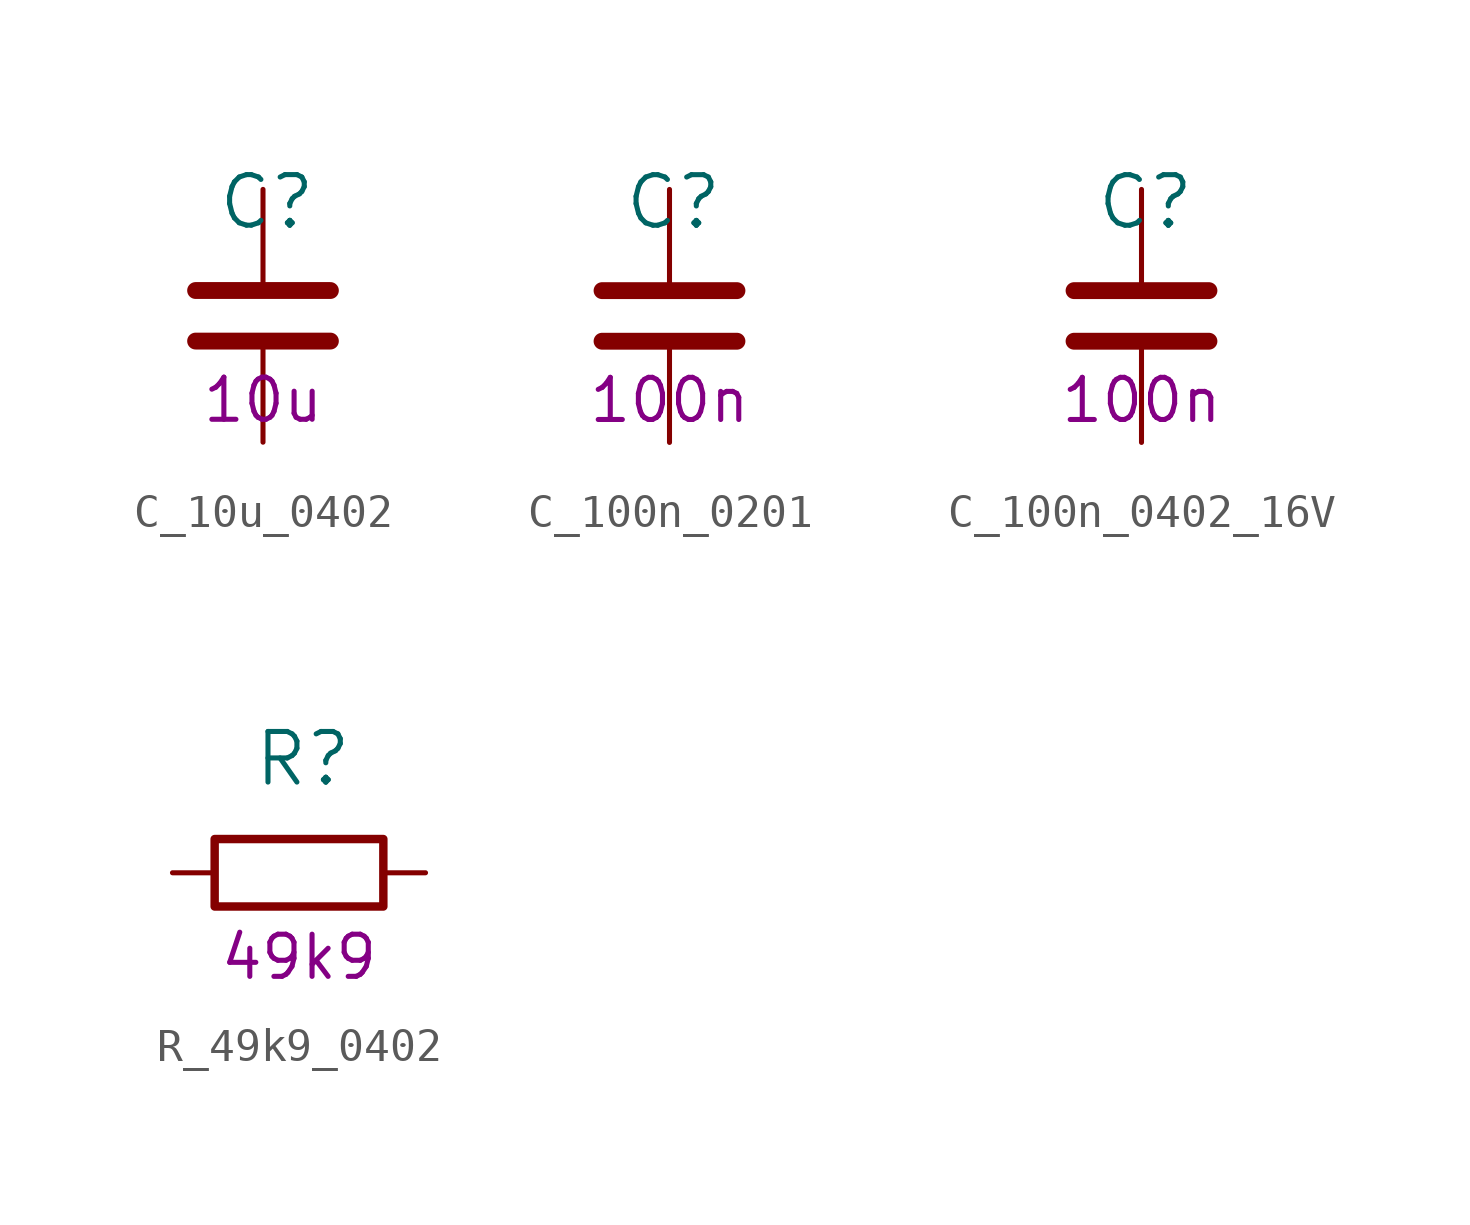
<source format=kicad_sym>
(kicad_symbol_lib
  (version 20211014)
  (generator kicad_symbol_editor)
  (symbol "C_10u_0402"
    (pin_names
      (offset 0))
    (property "Reference" "C"
      (at -1.397 3.429 0)
      (effects (font (size 1.524 1.524)) (justify left)))
    (property "Val" "10u"
      (at 0 -2.54 0)
      (effects (font (size 1.27 1.27))))
    (symbol "C_10u_0402_1_1"
      (polyline (pts (xy -2.032 -0.762) (xy 2.032 -0.762)) (stroke (width 0.508) (type default) (color 0 0 0 0)) (fill (type none)))
      (polyline (pts (xy -2.032 0.762) (xy 2.032 0.762)) (stroke (width 0.508) (type default) (color 0 0 0 0)) (fill (type none)))
      (pin passive line (at 0 3.81 270) (length 2.794) (name "~" (effects (font (size 0 0)))) (number "1" (effects (font (size 0 0)))))
      (pin passive line (at 0 -3.81 90) (length 2.794) (name "~" (effects (font (size 0 0)))) (number "2" (effects (font (size 0 0)))))))
  (symbol "C_100n_0201"
    (pin_names
      (offset 0))
    (property "Reference" "C"
      (at -1.397 3.429 0)
      (effects (font (size 1.524 1.524)) (justify left)))
    (property "Val" "100n"
      (at 0 -2.54 0)
      (effects (font (size 1.27 1.27))))
    (symbol "C_100n_0201_1_1"
      (polyline (pts (xy -2.032 -0.762) (xy 2.032 -0.762)) (stroke (width 0.508) (type default) (color 0 0 0 0)) (fill (type none)))
      (polyline (pts (xy -2.032 0.762) (xy 2.032 0.762)) (stroke (width 0.508) (type default) (color 0 0 0 0)) (fill (type none)))
      (pin passive line (at 0 3.81 270) (length 2.794) (name "~" (effects (font (size 0 0)))) (number "1" (effects (font (size 0 0)))))
      (pin passive line (at 0 -3.81 90) (length 2.794) (name "~" (effects (font (size 0 0)))) (number "2" (effects (font (size 0 0)))))))
  (symbol "C_100n_0402_16V"
    (pin_names
      (offset 0))
    (property "Reference" "C"
      (at -1.397 3.429 0)
      (effects (font (size 1.524 1.524)) (justify left)))
    (property "Val" "100n"
      (at 0 -2.54 0)
      (effects (font (size 1.27 1.27))))
    (symbol "C_100n_0402_16V_1_1"
      (polyline (pts (xy -2.032 -0.762) (xy 2.032 -0.762)) (stroke (width 0.508) (type default) (color 0 0 0 0)) (fill (type none)))
      (polyline (pts (xy -2.032 0.762) (xy 2.032 0.762)) (stroke (width 0.508) (type default) (color 0 0 0 0)) (fill (type none)))
      (pin passive line (at 0 3.81 270) (length 2.794) (name "~" (effects (font (size 0 0)))) (number "1" (effects (font (size 0 0)))))
      (pin passive line (at 0 -3.81 90) (length 2.794) (name "~" (effects (font (size 0 0)))) (number "2" (effects (font (size 0 0)))))))
  (symbol "R_49k9_0402"
    (pin_names
      (offset 0))
    (property "Reference" "R"
      (at -1.397 3.429 0)
      (effects (font (size 1.524 1.524)) (justify left)))
    (property "Val" "49k9"
      (at 0 -2.54 0)
      (effects (font (size 1.27 1.27))))
    (symbol "R_49k9_0402_1_1"
      (rectangle (start 2.54 -1.016) (end -2.54 1.016) (stroke (width 0.254) (type default) (color 0 0 0 0)) (fill (type none)))
      (pin passive line (at -3.81 0 0) (length 1.27) (name "~" (effects (font (size 0 0)))) (number "1" (effects (font (size 0 0)))))
      (pin passive line (at 3.81 0 180) (length 1.27) (name "~" (effects (font (size 0 0)))) (number "2" (effects (font (size 0 0))))))))
</source>
